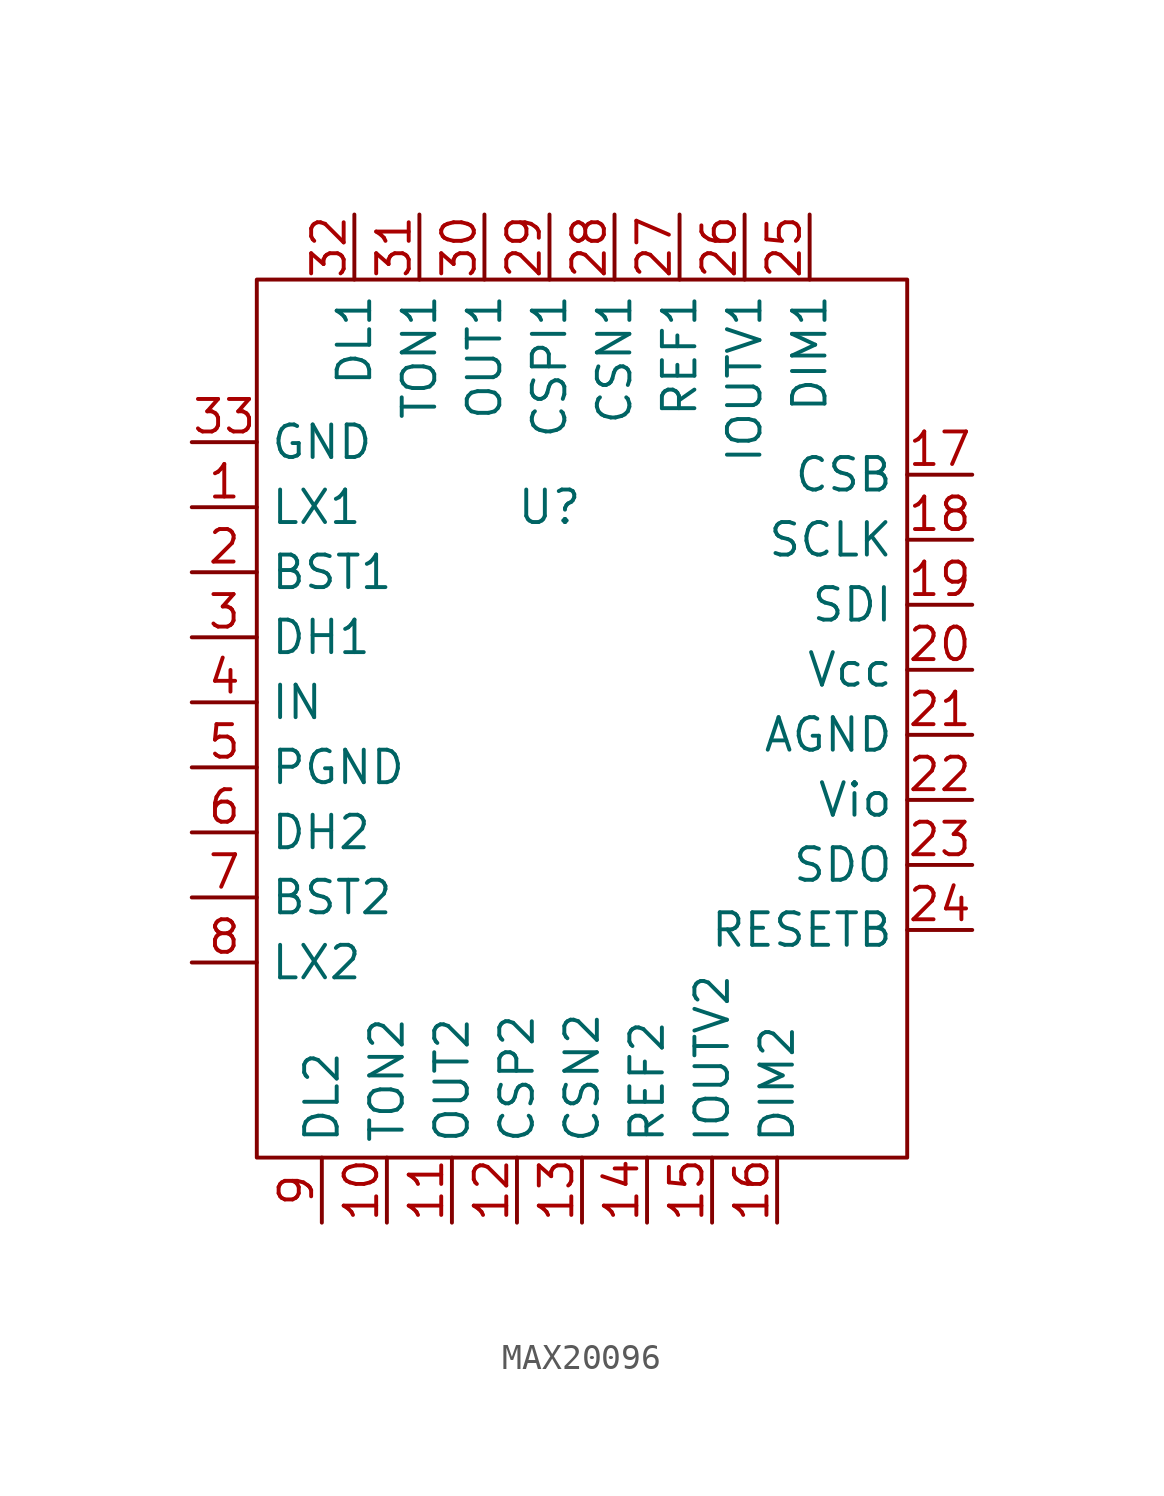
<source format=kicad_sym>
(kicad_symbol_lib
  (version 20220914)
  (generator kicad_symbol_editor)
  (symbol "MAX20096"
    (property "Reference" "U"
      (at 0 0 0)
      (effects (font (size 1.27 1.27))))
    (property "Value" ""
      (at 0 0 0)
      (effects (font (size 1.27 1.27))))
    (symbol "MAX20096_0_1"
      (rectangle (start -11.43 8.89) (end 13.97 -25.4) (stroke (width 0) (type default)) (fill (type none))))
    (symbol "MAX20096_1_1"
      (pin input line (at -13.97 0 0) (length 2.54) (name "LX1" (effects (font (size 1.27 1.27)))) (number "1" (effects (font (size 1.27 1.27)))))
      (pin input line (at -6.35 -27.94 90) (length 2.54) (name "TON2" (effects (font (size 1.27 1.27)))) (number "10" (effects (font (size 1.27 1.27)))))
      (pin input line (at -3.81 -27.94 90) (length 2.54) (name "OUT2" (effects (font (size 1.27 1.27)))) (number "11" (effects (font (size 1.27 1.27)))))
      (pin input line (at -1.27 -27.94 90) (length 2.54) (name "CSP2" (effects (font (size 1.27 1.27)))) (number "12" (effects (font (size 1.27 1.27)))))
      (pin input line (at 1.27 -27.94 90) (length 2.54) (name "CSN2" (effects (font (size 1.27 1.27)))) (number "13" (effects (font (size 1.27 1.27)))))
      (pin input line (at 3.81 -27.94 90) (length 2.54) (name "REF2" (effects (font (size 1.27 1.27)))) (number "14" (effects (font (size 1.27 1.27)))))
      (pin input line (at 6.35 -27.94 90) (length 2.54) (name "IOUTV2" (effects (font (size 1.27 1.27)))) (number "15" (effects (font (size 1.27 1.27)))))
      (pin input line (at 8.89 -27.94 90) (length 2.54) (name "DIM2" (effects (font (size 1.27 1.27)))) (number "16" (effects (font (size 1.27 1.27)))))
      (pin input line (at 16.51 1.27 180) (length 2.54) (name "CSB" (effects (font (size 1.27 1.27)))) (number "17" (effects (font (size 1.27 1.27)))))
      (pin input line (at 16.51 -1.27 180) (length 2.54) (name "SCLK" (effects (font (size 1.27 1.27)))) (number "18" (effects (font (size 1.27 1.27)))))
      (pin input line (at 16.51 -3.81 180) (length 2.54) (name "SDI" (effects (font (size 1.27 1.27)))) (number "19" (effects (font (size 1.27 1.27)))))
      (pin input line (at -13.97 -2.54 0) (length 2.54) (name "BST1" (effects (font (size 1.27 1.27)))) (number "2" (effects (font (size 1.27 1.27)))))
      (pin input line (at 16.51 -6.35 180) (length 2.54) (name "Vcc" (effects (font (size 1.27 1.27)))) (number "20" (effects (font (size 1.27 1.27)))))
      (pin input line (at 16.51 -8.89 180) (length 2.54) (name "AGND" (effects (font (size 1.27 1.27)))) (number "21" (effects (font (size 1.27 1.27)))))
      (pin input line (at 16.51 -11.43 180) (length 2.54) (name "Vio" (effects (font (size 1.27 1.27)))) (number "22" (effects (font (size 1.27 1.27)))))
      (pin input line (at 16.51 -13.97 180) (length 2.54) (name "SDO" (effects (font (size 1.27 1.27)))) (number "23" (effects (font (size 1.27 1.27)))))
      (pin input line (at 16.51 -16.51 180) (length 2.54) (name "RESETB" (effects (font (size 1.27 1.27)))) (number "24" (effects (font (size 1.27 1.27)))))
      (pin input line (at 10.16 11.43 270) (length 2.54) (name "DIM1" (effects (font (size 1.27 1.27)))) (number "25" (effects (font (size 1.27 1.27)))))
      (pin input line (at 7.62 11.43 270) (length 2.54) (name "IOUTV1" (effects (font (size 1.27 1.27)))) (number "26" (effects (font (size 1.27 1.27)))))
      (pin input line (at 5.08 11.43 270) (length 2.54) (name "REF1" (effects (font (size 1.27 1.27)))) (number "27" (effects (font (size 1.27 1.27)))))
      (pin input line (at 2.54 11.43 270) (length 2.54) (name "CSN1" (effects (font (size 1.27 1.27)))) (number "28" (effects (font (size 1.27 1.27)))))
      (pin input line (at 0 11.43 270) (length 2.54) (name "CSPI1" (effects (font (size 1.27 1.27)))) (number "29" (effects (font (size 1.27 1.27)))))
      (pin input line (at -13.97 -5.08 0) (length 2.54) (name "DH1" (effects (font (size 1.27 1.27)))) (number "3" (effects (font (size 1.27 1.27)))))
      (pin input line (at -2.54 11.43 270) (length 2.54) (name "OUT1" (effects (font (size 1.27 1.27)))) (number "30" (effects (font (size 1.27 1.27)))))
      (pin input line (at -5.08 11.43 270) (length 2.54) (name "TON1" (effects (font (size 1.27 1.27)))) (number "31" (effects (font (size 1.27 1.27)))))
      (pin input line (at -7.62 11.43 270) (length 2.54) (name "DL1" (effects (font (size 1.27 1.27)))) (number "32" (effects (font (size 1.27 1.27)))))
      (pin input line (at -13.97 2.54 0) (length 2.54) (name "GND" (effects (font (size 1.27 1.27)))) (number "33" (effects (font (size 1.27 1.27)))))
      (pin input line (at -13.97 -7.62 0) (length 2.54) (name "IN" (effects (font (size 1.27 1.27)))) (number "4" (effects (font (size 1.27 1.27)))))
      (pin input line (at -13.97 -10.16 0) (length 2.54) (name "PGND" (effects (font (size 1.27 1.27)))) (number "5" (effects (font (size 1.27 1.27)))))
      (pin input line (at -13.97 -12.7 0) (length 2.54) (name "DH2" (effects (font (size 1.27 1.27)))) (number "6" (effects (font (size 1.27 1.27)))))
      (pin input line (at -13.97 -15.24 0) (length 2.54) (name "BST2" (effects (font (size 1.27 1.27)))) (number "7" (effects (font (size 1.27 1.27)))))
      (pin input line (at -13.97 -17.78 0) (length 2.54) (name "LX2" (effects (font (size 1.27 1.27)))) (number "8" (effects (font (size 1.27 1.27)))))
      (pin input line (at -8.89 -27.94 90) (length 2.54) (name "DL2" (effects (font (size 1.27 1.27)))) (number "9" (effects (font (size 1.27 1.27))))))))
</source>
